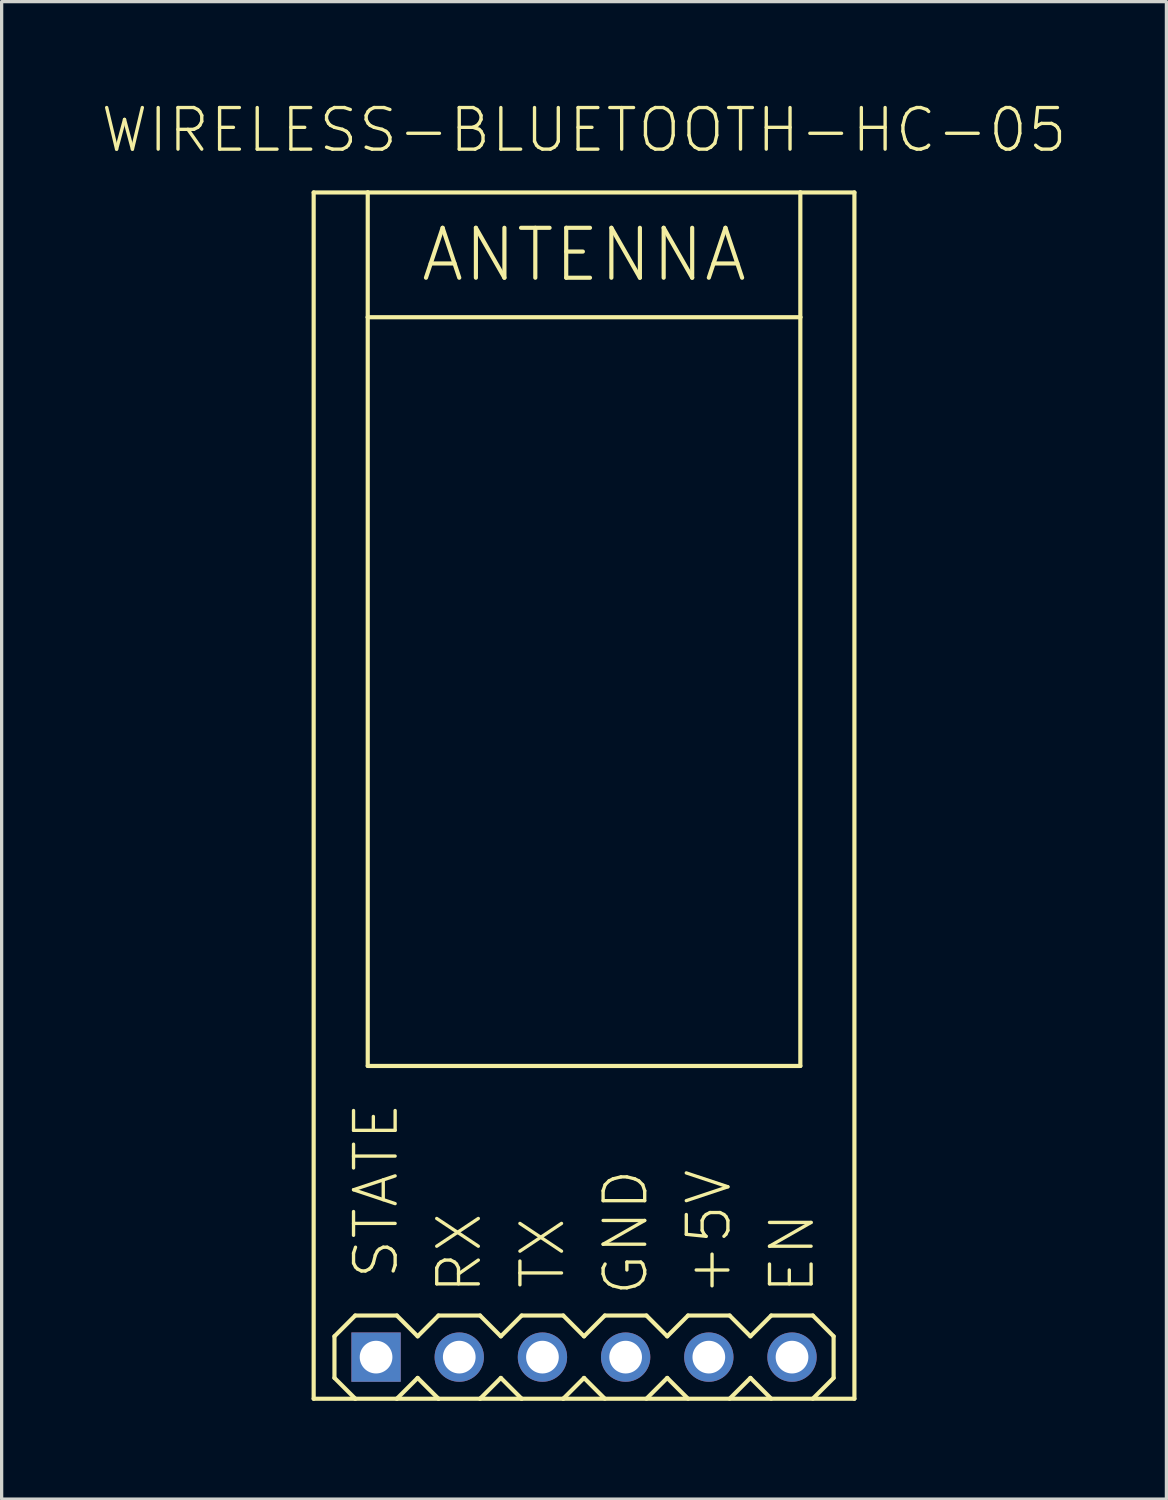
<source format=kicad_pcb>
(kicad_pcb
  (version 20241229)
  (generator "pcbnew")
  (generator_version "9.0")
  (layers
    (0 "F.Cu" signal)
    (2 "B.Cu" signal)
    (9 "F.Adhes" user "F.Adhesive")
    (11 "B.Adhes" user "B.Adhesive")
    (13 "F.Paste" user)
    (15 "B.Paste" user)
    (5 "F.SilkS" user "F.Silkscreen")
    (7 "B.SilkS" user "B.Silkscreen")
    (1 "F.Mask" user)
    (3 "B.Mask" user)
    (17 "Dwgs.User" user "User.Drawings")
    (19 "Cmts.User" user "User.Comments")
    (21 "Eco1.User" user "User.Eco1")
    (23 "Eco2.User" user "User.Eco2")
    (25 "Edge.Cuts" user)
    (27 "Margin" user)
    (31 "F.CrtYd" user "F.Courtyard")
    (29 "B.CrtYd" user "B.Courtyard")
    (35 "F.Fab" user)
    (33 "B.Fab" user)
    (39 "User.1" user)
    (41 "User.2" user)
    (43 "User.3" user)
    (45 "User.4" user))
  (footprint "WIRELESS-BLUETOOTH-HC-05"
    (layer "F.Cu")
    (at 14.782 21.241)
    (property "Reference" "WIRELESS-BLUETOOTH-HC-05" (at 0 -20.32 0) (layer "F.SilkS") (effects (font (size 1.27 1.27) (thickness 0.102))))
    (attr exclude_from_pos_files exclude_from_bom)
    (fp_line (start -8.255 -18.415) (end -8.255 18.415) (stroke (width 0.127) (type solid)) (layer "F.SilkS"))
    (fp_line (start -8.255 18.415) (end -6.985 18.415) (stroke (width 0.127) (type solid)) (layer "F.SilkS"))
    (fp_line (start -7.62 16.51) (end -7.62 17.78) (stroke (width 0.127) (type solid)) (layer "F.SilkS"))
    (fp_line (start -7.62 17.78) (end -6.985 18.415) (stroke (width 0.127) (type solid)) (layer "F.SilkS"))
    (fp_line (start -6.985 15.875) (end -7.62 16.51) (stroke (width 0.127) (type solid)) (layer "F.SilkS"))
    (fp_line (start -6.985 18.415) (end -5.715 18.415) (stroke (width 0.127) (type solid)) (layer "F.SilkS"))
    (fp_line (start -6.604 -18.415) (end -8.255 -18.415) (stroke (width 0.127) (type solid)) (layer "F.SilkS"))
    (fp_line (start -6.604 -18.415) (end -6.604 -14.605) (stroke (width 0.127) (type solid)) (layer "F.SilkS"))
    (fp_line (start -6.604 -14.605) (end -6.604 8.255) (stroke (width 0.127) (type solid)) (layer "F.SilkS"))
    (fp_line (start -6.604 -14.605) (end 6.604 -14.605) (stroke (width 0.127) (type solid)) (layer "F.SilkS"))
    (fp_line (start -6.604 8.255) (end 6.604 8.255) (stroke (width 0.127) (type solid)) (layer "F.SilkS"))
    (fp_line (start -5.715 15.875) (end -6.985 15.875) (stroke (width 0.127) (type solid)) (layer "F.SilkS"))
    (fp_line (start -5.715 18.415) (end -5.08 17.78) (stroke (width 0.127) (type solid)) (layer "F.SilkS"))
    (fp_line (start -5.715 18.415) (end -4.445 18.415) (stroke (width 0.127) (type solid)) (layer "F.SilkS"))
    (fp_line (start -5.08 16.51) (end -5.715 15.875) (stroke (width 0.127) (type solid)) (layer "F.SilkS"))
    (fp_line (start -5.08 17.78) (end -4.445 18.415) (stroke (width 0.127) (type solid)) (layer "F.SilkS"))
    (fp_line (start -4.445 15.875) (end -5.08 16.51) (stroke (width 0.127) (type solid)) (layer "F.SilkS"))
    (fp_line (start -4.445 18.415) (end -3.175 18.415) (stroke (width 0.127) (type solid)) (layer "F.SilkS"))
    (fp_line (start -3.175 15.875) (end -4.445 15.875) (stroke (width 0.127) (type solid)) (layer "F.SilkS"))
    (fp_line (start -3.175 18.415) (end -2.54 17.78) (stroke (width 0.127) (type solid)) (layer "F.SilkS"))
    (fp_line (start -3.175 18.415) (end -1.905 18.415) (stroke (width 0.127) (type solid)) (layer "F.SilkS"))
    (fp_line (start -2.54 16.51) (end -3.175 15.875) (stroke (width 0.127) (type solid)) (layer "F.SilkS"))
    (fp_line (start -2.54 17.78) (end -1.905 18.415) (stroke (width 0.127) (type solid)) (layer "F.SilkS"))
    (fp_line (start -1.905 15.875) (end -2.54 16.51) (stroke (width 0.127) (type solid)) (layer "F.SilkS"))
    (fp_line (start -1.905 18.415) (end -0.635 18.415) (stroke (width 0.127) (type solid)) (layer "F.SilkS"))
    (fp_line (start -0.635 15.875) (end -1.905 15.875) (stroke (width 0.127) (type solid)) (layer "F.SilkS"))
    (fp_line (start -0.635 18.415) (end 0 17.78) (stroke (width 0.127) (type solid)) (layer "F.SilkS"))
    (fp_line (start -0.635 18.415) (end 8.255 18.415) (stroke (width 0.127) (type solid)) (layer "F.SilkS"))
    (fp_line (start 0 16.51) (end -0.635 15.875) (stroke (width 0.127) (type solid)) (layer "F.SilkS"))
    (fp_line (start 0 16.51) (end 0.635 15.875) (stroke (width 0.127) (type solid)) (layer "F.SilkS"))
    (fp_line (start 0.635 15.875) (end 1.905 15.875) (stroke (width 0.127) (type solid)) (layer "F.SilkS"))
    (fp_line (start 0.635 18.415) (end 0 17.78) (stroke (width 0.127) (type solid)) (layer "F.SilkS"))
    (fp_line (start 1.905 15.875) (end 2.54 16.51) (stroke (width 0.127) (type solid)) (layer "F.SilkS"))
    (fp_line (start 2.54 16.51) (end 3.175 15.875) (stroke (width 0.127) (type solid)) (layer "F.SilkS"))
    (fp_line (start 2.54 17.78) (end 1.905 18.415) (stroke (width 0.127) (type solid)) (layer "F.SilkS"))
    (fp_line (start 3.175 15.875) (end 4.445 15.875) (stroke (width 0.127) (type solid)) (layer "F.SilkS"))
    (fp_line (start 3.175 18.415) (end 2.54 17.78) (stroke (width 0.127) (type solid)) (layer "F.SilkS"))
    (fp_line (start 4.445 15.875) (end 5.08 16.51) (stroke (width 0.127) (type solid)) (layer "F.SilkS"))
    (fp_line (start 5.08 16.51) (end 5.715 15.875) (stroke (width 0.127) (type solid)) (layer "F.SilkS"))
    (fp_line (start 5.08 17.78) (end 4.445 18.415) (stroke (width 0.127) (type solid)) (layer "F.SilkS"))
    (fp_line (start 5.715 15.875) (end 6.985 15.875) (stroke (width 0.127) (type solid)) (layer "F.SilkS"))
    (fp_line (start 5.715 18.415) (end 5.08 17.78) (stroke (width 0.127) (type solid)) (layer "F.SilkS"))
    (fp_line (start 6.604 -18.415) (end -6.604 -18.415) (stroke (width 0.127) (type solid)) (layer "F.SilkS"))
    (fp_line (start 6.604 -14.605) (end 6.604 -18.415) (stroke (width 0.127) (type solid)) (layer "F.SilkS"))
    (fp_line (start 6.604 8.255) (end 6.604 -14.605) (stroke (width 0.127) (type solid)) (layer "F.SilkS"))
    (fp_line (start 7.62 16.51) (end 6.985 15.875) (stroke (width 0.127) (type solid)) (layer "F.SilkS"))
    (fp_line (start 7.62 17.78) (end 6.985 18.415) (stroke (width 0.127) (type solid)) (layer "F.SilkS"))
    (fp_line (start 7.62 17.78) (end 7.62 16.51) (stroke (width 0.127) (type solid)) (layer "F.SilkS"))
    (fp_line (start 8.255 -18.415) (end 6.604 -18.415) (stroke (width 0.127) (type solid)) (layer "F.SilkS"))
    (fp_line (start 8.255 18.415) (end 8.255 -18.415) (stroke (width 0.127) (type solid)) (layer "F.SilkS"))
    (fp_text user "TX" (at -1.27 13.97 90) (layer "F.SilkS") (effects (font (size 1.27 1.27) (thickness 0.102))))
    (fp_text user "GND" (at 1.27 13.335 90) (layer "F.SilkS") (effects (font (size 1.27 1.27) (thickness 0.102))))
    (fp_text user "RX" (at -3.81 13.97 90) (layer "F.SilkS") (effects (font (size 1.27 1.27) (thickness 0.102))))
    (fp_text user "EN" (at 6.35 13.97 90) (layer "F.SilkS") (effects (font (size 1.27 1.27) (thickness 0.102))))
    (fp_text user "STATE" (at -6.35 12.065 90) (layer "F.SilkS") (effects (font (size 1.27 1.27) (thickness 0.102))))
    (fp_text user "+5V" (at 3.81 13.335 90) (layer "F.SilkS") (effects (font (size 1.27 1.27) (thickness 0.102))))
    (fp_text user "ANTENNA" (at 0 -16.51 0) (layer "F.SilkS") (effects (font (size 1.524 1.524) (thickness 0.127))))
    (pad "1" thru_hole rect (at -6.35 17.145) (size 1.506 1.506) (drill 0.998) (layers "*.Cu" "*.Paste" "*.Mask"))
    (pad "2" thru_hole circle (at -3.81 17.145) (size 1.506 1.506) (drill 0.998) (layers "*.Cu" "*.Paste" "*.Mask"))
    (pad "3" thru_hole circle (at -1.27 17.145) (size 1.506 1.506) (drill 0.998) (layers "*.Cu" "*.Paste" "*.Mask"))
    (pad "4" thru_hole circle (at 1.27 17.145) (size 1.506 1.506) (drill 0.998) (layers "*.Cu" "*.Paste" "*.Mask"))
    (pad "5" thru_hole circle (at 3.81 17.145) (size 1.506 1.506) (drill 0.998) (layers "*.Cu" "*.Paste" "*.Mask"))
    (pad "6" thru_hole circle (at 6.35 17.145) (size 1.506 1.506) (drill 0.998) (layers "*.Cu" "*.Paste" "*.Mask")))
  (gr_rect
    (start -3 -3)
    (end 32.563 42.72)
    (stroke (width 0.1) (type default))
    (fill no)
    (layer "Edge.Cuts")))
</source>
